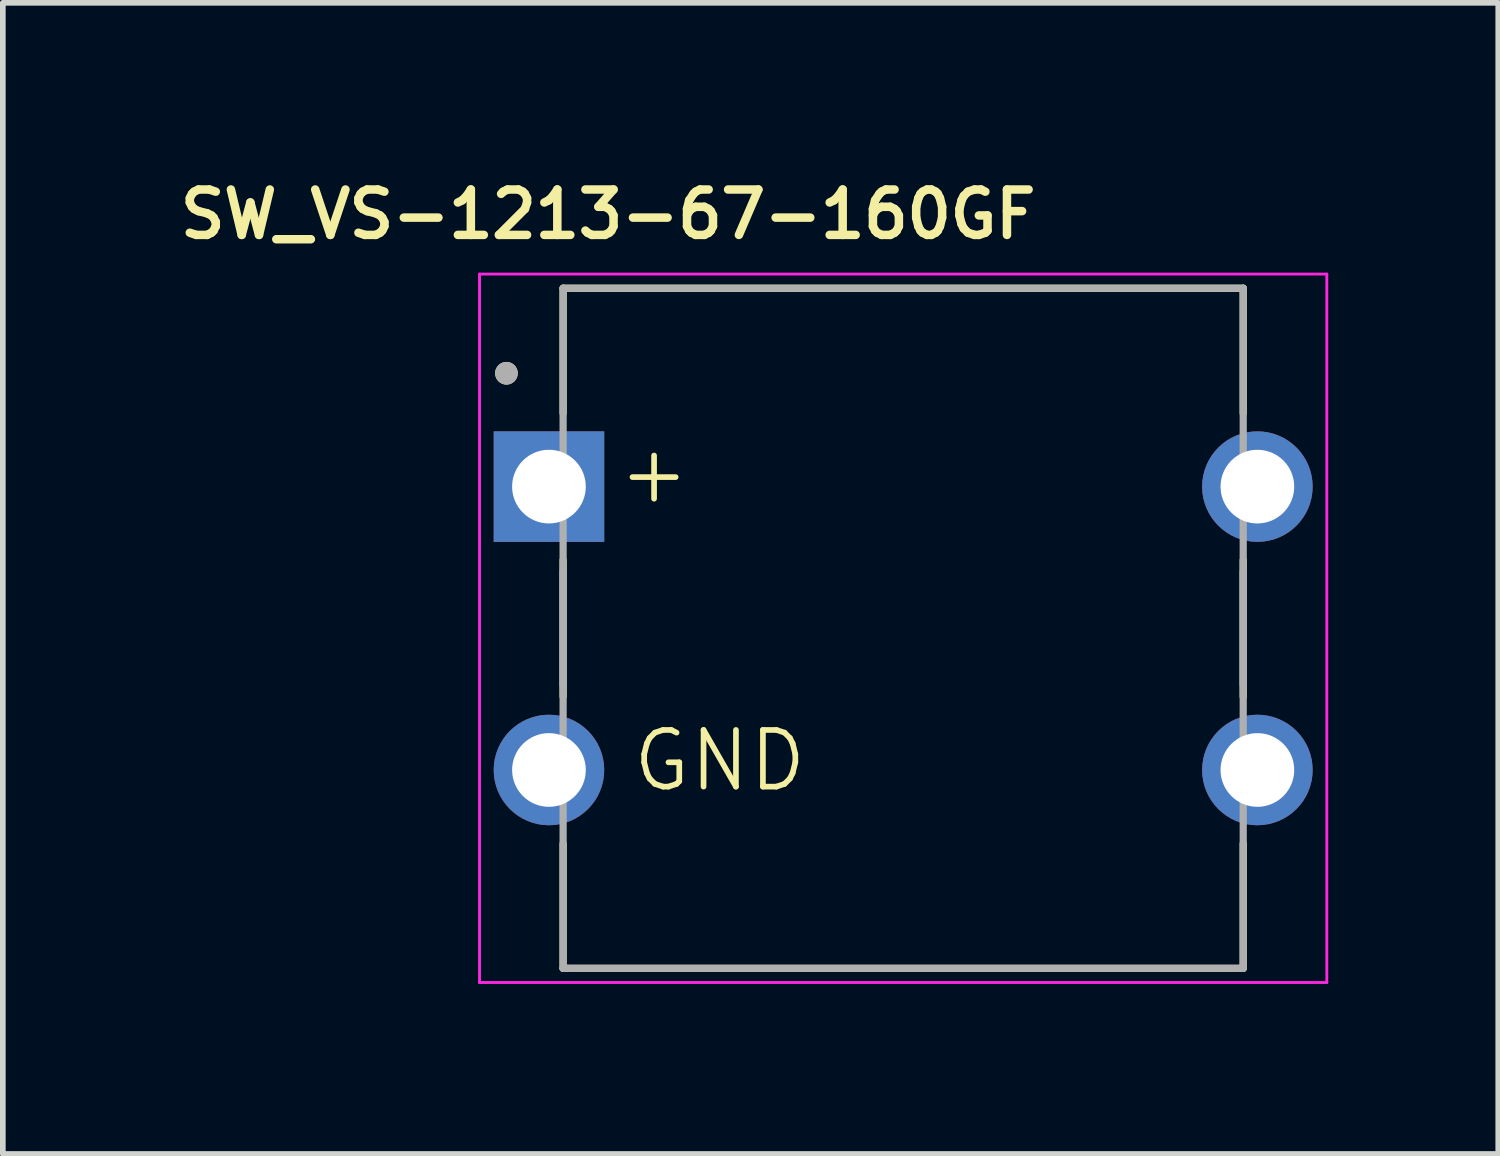
<source format=kicad_pcb>
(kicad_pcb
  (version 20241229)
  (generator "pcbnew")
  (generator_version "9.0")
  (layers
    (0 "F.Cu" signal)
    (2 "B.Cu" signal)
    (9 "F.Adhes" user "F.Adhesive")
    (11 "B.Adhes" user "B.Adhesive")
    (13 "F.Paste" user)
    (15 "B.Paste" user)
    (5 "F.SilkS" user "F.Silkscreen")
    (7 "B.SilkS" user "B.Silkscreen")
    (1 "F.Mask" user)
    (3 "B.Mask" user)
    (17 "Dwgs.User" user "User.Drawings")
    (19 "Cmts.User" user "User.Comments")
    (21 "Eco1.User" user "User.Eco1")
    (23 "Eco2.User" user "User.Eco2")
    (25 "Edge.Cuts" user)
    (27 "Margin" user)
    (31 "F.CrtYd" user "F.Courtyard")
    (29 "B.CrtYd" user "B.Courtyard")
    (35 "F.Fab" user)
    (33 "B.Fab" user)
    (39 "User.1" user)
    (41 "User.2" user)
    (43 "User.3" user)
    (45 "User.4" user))
  (footprint "SW_VS-1213-67-160GF"
    (layer "F.Cu")
    (at 12.886 8.036)
    (property "Reference" "SW_VS-1213-67-160GF" (at -5.206 -7.304 0) (layer "F.SilkS") (effects (font (size 0.801 0.801) (thickness 0.15))))
    (attr through_hole)
    (fp_line (start -6 -6) (end 6 -6) (stroke (width 0.127) (type solid)) (layer "F.SilkS"))
    (fp_line (start -6 -3.795) (end -6 -6) (stroke (width 0.127) (type solid)) (layer "F.SilkS"))
    (fp_line (start -6 -1.205) (end -6 1.205) (stroke (width 0.127) (type solid)) (layer "F.SilkS"))
    (fp_line (start -6 3.8) (end -6 6) (stroke (width 0.127) (type solid)) (layer "F.SilkS"))
    (fp_line (start -6 6) (end 6 6) (stroke (width 0.127) (type solid)) (layer "F.SilkS"))
    (fp_line (start 6 -6) (end 6 -3.795) (stroke (width 0.127) (type solid)) (layer "F.SilkS"))
    (fp_line (start 6 -1.205) (end 6 1.205) (stroke (width 0.127) (type solid)) (layer "F.SilkS"))
    (fp_line (start 6 6) (end 6 3.8) (stroke (width 0.127) (type solid)) (layer "F.SilkS"))
    (fp_circle (center -7 -4.5) (end -6.9 -4.5) (stroke (width 0.2) (type solid)) (fill no) (layer "F.SilkS"))
    (fp_line (start -7.475 -6.25) (end 7.475 -6.25) (stroke (width 0.05) (type solid)) (layer "F.CrtYd"))
    (fp_line (start -7.475 6.25) (end -7.475 -6.25) (stroke (width 0.05) (type solid)) (layer "F.CrtYd"))
    (fp_line (start 7.475 -6.25) (end 7.475 6.25) (stroke (width 0.05) (type solid)) (layer "F.CrtYd"))
    (fp_line (start 7.475 6.25) (end -7.475 6.25) (stroke (width 0.05) (type solid)) (layer "F.CrtYd"))
    (fp_line (start -6 -1) (end -6 1) (stroke (width 0.127) (type solid)) (layer "F.Fab"))
    (fp_line (start -6 6) (end -6 -6) (stroke (width 0.127) (type solid)) (layer "F.Fab"))
    (fp_line (start -6 6) (end 6 6) (stroke (width 0.127) (type solid)) (layer "F.Fab"))
    (fp_line (start 6 -6) (end -6 -6) (stroke (width 0.127) (type solid)) (layer "F.Fab"))
    (fp_line (start 6 -6) (end 6 6) (stroke (width 0.127) (type solid)) (layer "F.Fab"))
    (fp_line (start 6 -1) (end 6 1) (stroke (width 0.127) (type solid)) (layer "F.Fab"))
    (fp_circle (center -7 -4.5) (end -6.9 -4.5) (stroke (width 0.2) (type solid)) (fill no) (layer "F.Fab"))
    (fp_text user "GND" (at -4.826 2.921 0) (unlocked yes) (layer "F.SilkS") (effects (font (size 1 1) (thickness 0.1)) (justify left bottom)))
    (fp_text user "+" (at -5.08 -2.159 0) (unlocked yes) (layer "F.SilkS") (effects (font (size 1 1) (thickness 0.1)) (justify left bottom)))
    (pad "1" thru_hole rect (at -6.25 -2.5) (size 1.95 1.95) (drill 1.3) (layers "*.Cu" "*.Mask"))
    (pad "2" thru_hole circle (at -6.25 2.5) (size 1.95 1.95) (drill 1.3) (layers "*.Cu" "*.Mask"))
    (pad "3" thru_hole circle (at 6.25 -2.5) (size 1.95 1.95) (drill 1.3) (layers "*.Cu" "*.Mask"))
    (pad "4" thru_hole circle (at 6.25 2.5) (size 1.95 1.95) (drill 1.3) (layers "*.Cu" "*.Mask")))
  (gr_rect
    (start -3 -3)
    (end 23.386 17.311)
    (stroke (width 0.1) (type default))
    (fill no)
    (layer "Edge.Cuts")))
</source>
